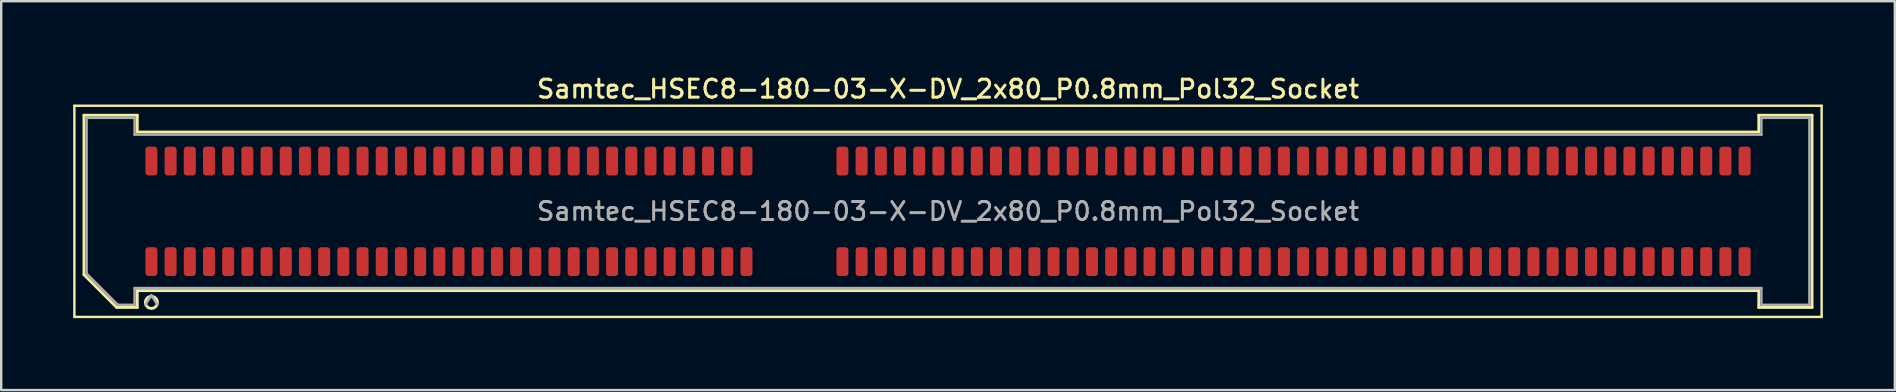
<source format=kicad_pcb>
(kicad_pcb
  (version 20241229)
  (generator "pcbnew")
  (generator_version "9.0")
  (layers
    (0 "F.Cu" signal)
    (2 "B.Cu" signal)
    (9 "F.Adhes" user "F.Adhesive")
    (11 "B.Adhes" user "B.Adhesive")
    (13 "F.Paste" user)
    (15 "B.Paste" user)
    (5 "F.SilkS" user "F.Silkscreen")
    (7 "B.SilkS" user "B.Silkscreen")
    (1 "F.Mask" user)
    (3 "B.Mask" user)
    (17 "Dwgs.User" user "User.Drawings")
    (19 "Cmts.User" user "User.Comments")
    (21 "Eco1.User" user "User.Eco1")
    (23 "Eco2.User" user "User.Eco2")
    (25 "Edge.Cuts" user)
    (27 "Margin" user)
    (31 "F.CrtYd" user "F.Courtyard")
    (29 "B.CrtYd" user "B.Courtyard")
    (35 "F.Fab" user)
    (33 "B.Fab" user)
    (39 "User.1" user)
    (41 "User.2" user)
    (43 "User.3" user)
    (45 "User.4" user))
  (footprint "Samtec_HSEC8-180-03-X-DV_2x80_P0.8mm_Pol32_Socket"
    (layer "F.Cu")
    (at 36.46 5.758)
    (property "Reference" "Samtec_HSEC8-180-03-X-DV_2x80_P0.8mm_Pol32_Socket" (at 0 -5.1 0) (layer "F.SilkS") (effects (font (size 0.75 0.75) (thickness 0.125))))
    (attr smd)
    (fp_line (start -36.41 -4.4) (end -36.41 4.4) (stroke (width 0.1) (type solid)) (layer "F.SilkS"))
    (fp_line (start -36.41 4.4) (end 36.41 4.4) (stroke (width 0.1) (type solid)) (layer "F.SilkS"))
    (fp_line (start -36.01 -4.005) (end -33.79 -4.005) (stroke (width 0.12) (type solid)) (layer "F.SilkS"))
    (fp_line (start -36.01 2.641) (end -36.01 -4.005) (stroke (width 0.12) (type solid)) (layer "F.SilkS"))
    (fp_line (start -34.646 4.005) (end -36.01 2.641) (stroke (width 0.12) (type solid)) (layer "F.SilkS"))
    (fp_line (start -33.79 -4.005) (end -33.79 -3.305) (stroke (width 0.12) (type solid)) (layer "F.SilkS"))
    (fp_line (start -33.79 -3.305) (end 33.79 -3.305) (stroke (width 0.12) (type solid)) (layer "F.SilkS"))
    (fp_line (start -33.79 3.305) (end -33.79 4.005) (stroke (width 0.12) (type solid)) (layer "F.SilkS"))
    (fp_line (start -33.79 4.005) (end -34.646 4.005) (stroke (width 0.12) (type solid)) (layer "F.SilkS"))
    (fp_line (start 33.79 -4.005) (end 36.01 -4.005) (stroke (width 0.12) (type solid)) (layer "F.SilkS"))
    (fp_line (start 33.79 -3.305) (end 33.79 -4.005) (stroke (width 0.12) (type solid)) (layer "F.SilkS"))
    (fp_line (start 33.79 3.305) (end -33.79 3.305) (stroke (width 0.12) (type solid)) (layer "F.SilkS"))
    (fp_line (start 33.79 4.005) (end 33.79 3.305) (stroke (width 0.12) (type solid)) (layer "F.SilkS"))
    (fp_line (start 36.01 -4.005) (end 36.01 4.005) (stroke (width 0.12) (type solid)) (layer "F.SilkS"))
    (fp_line (start 36.01 4.005) (end 33.79 4.005) (stroke (width 0.12) (type solid)) (layer "F.SilkS"))
    (fp_line (start 36.41 -4.4) (end -36.41 -4.4) (stroke (width 0.1) (type solid)) (layer "F.SilkS"))
    (fp_line (start 36.41 4.4) (end 36.41 -4.4) (stroke (width 0.1) (type solid)) (layer "F.SilkS"))
    (fp_arc (start -32.95 3.795) (mid -33.45 3.795) (end -32.95 3.795) (stroke (width 0.12) (type solid)) (layer "F.SilkS"))
    (fp_line (start -35.9 -3.895) (end -33.9 -3.895) (stroke (width 0.1) (type solid)) (layer "F.Fab"))
    (fp_line (start -35.9 2.595) (end -35.9 -3.895) (stroke (width 0.1) (type solid)) (layer "F.Fab"))
    (fp_line (start -34.6 3.895) (end -35.9 2.595) (stroke (width 0.1) (type solid)) (layer "F.Fab"))
    (fp_line (start -33.9 -3.895) (end -33.9 -3.195) (stroke (width 0.1) (type solid)) (layer "F.Fab"))
    (fp_line (start -33.9 -3.195) (end 33.9 -3.195) (stroke (width 0.1) (type solid)) (layer "F.Fab"))
    (fp_line (start -33.9 3.195) (end -33.9 3.895) (stroke (width 0.1) (type solid)) (layer "F.Fab"))
    (fp_line (start -33.9 3.895) (end -34.6 3.895) (stroke (width 0.1) (type solid)) (layer "F.Fab"))
    (fp_line (start -33.2 3.495) (end -33.45 3.895) (stroke (width 0.1) (type solid)) (layer "F.Fab"))
    (fp_line (start -33.2 3.495) (end -32.95 3.895) (stroke (width 0.1) (type solid)) (layer "F.Fab"))
    (fp_line (start 33.9 -3.895) (end 35.9 -3.895) (stroke (width 0.1) (type solid)) (layer "F.Fab"))
    (fp_line (start 33.9 -3.195) (end 33.9 -3.895) (stroke (width 0.1) (type solid)) (layer "F.Fab"))
    (fp_line (start 33.9 3.195) (end -33.9 3.195) (stroke (width 0.1) (type solid)) (layer "F.Fab"))
    (fp_line (start 33.9 3.895) (end 33.9 3.195) (stroke (width 0.1) (type solid)) (layer "F.Fab"))
    (fp_line (start 35.9 -3.895) (end 35.9 3.895) (stroke (width 0.1) (type solid)) (layer "F.Fab"))
    (fp_line (start 35.9 3.895) (end 33.9 3.895) (stroke (width 0.1) (type solid)) (layer "F.Fab"))
    (fp_text user "${REFERENCE}" (at 0 0 0) (layer "F.Fab") (effects (font (size 0.75 0.75) (thickness 0.125))))
    (pad "1" smd roundrect (at -33.2 2.095) (size 0.5 1.2) (layers "F.Cu" "F.Mask" "F.Paste") (roundrect_rratio 0.25))
    (pad "2" smd roundrect (at -33.2 -2.095) (size 0.5 1.2) (layers "F.Cu" "F.Mask" "F.Paste") (roundrect_rratio 0.25))
    (pad "3" smd roundrect (at -32.4 2.095) (size 0.5 1.2) (layers "F.Cu" "F.Mask" "F.Paste") (roundrect_rratio 0.25))
    (pad "4" smd roundrect (at -32.4 -2.095) (size 0.5 1.2) (layers "F.Cu" "F.Mask" "F.Paste") (roundrect_rratio 0.25))
    (pad "5" smd roundrect (at -31.6 2.095) (size 0.5 1.2) (layers "F.Cu" "F.Mask" "F.Paste") (roundrect_rratio 0.25))
    (pad "6" smd roundrect (at -31.6 -2.095) (size 0.5 1.2) (layers "F.Cu" "F.Mask" "F.Paste") (roundrect_rratio 0.25))
    (pad "7" smd roundrect (at -30.8 2.095) (size 0.5 1.2) (layers "F.Cu" "F.Mask" "F.Paste") (roundrect_rratio 0.25))
    (pad "8" smd roundrect (at -30.8 -2.095) (size 0.5 1.2) (layers "F.Cu" "F.Mask" "F.Paste") (roundrect_rratio 0.25))
    (pad "9" smd roundrect (at -30 2.095) (size 0.5 1.2) (layers "F.Cu" "F.Mask" "F.Paste") (roundrect_rratio 0.25))
    (pad "10" smd roundrect (at -30 -2.095) (size 0.5 1.2) (layers "F.Cu" "F.Mask" "F.Paste") (roundrect_rratio 0.25))
    (pad "11" smd roundrect (at -29.2 2.095) (size 0.5 1.2) (layers "F.Cu" "F.Mask" "F.Paste") (roundrect_rratio 0.25))
    (pad "12" smd roundrect (at -29.2 -2.095) (size 0.5 1.2) (layers "F.Cu" "F.Mask" "F.Paste") (roundrect_rratio 0.25))
    (pad "13" smd roundrect (at -28.4 2.095) (size 0.5 1.2) (layers "F.Cu" "F.Mask" "F.Paste") (roundrect_rratio 0.25))
    (pad "14" smd roundrect (at -28.4 -2.095) (size 0.5 1.2) (layers "F.Cu" "F.Mask" "F.Paste") (roundrect_rratio 0.25))
    (pad "15" smd roundrect (at -27.6 2.095) (size 0.5 1.2) (layers "F.Cu" "F.Mask" "F.Paste") (roundrect_rratio 0.25))
    (pad "16" smd roundrect (at -27.6 -2.095) (size 0.5 1.2) (layers "F.Cu" "F.Mask" "F.Paste") (roundrect_rratio 0.25))
    (pad "17" smd roundrect (at -26.8 2.095) (size 0.5 1.2) (layers "F.Cu" "F.Mask" "F.Paste") (roundrect_rratio 0.25))
    (pad "18" smd roundrect (at -26.8 -2.095) (size 0.5 1.2) (layers "F.Cu" "F.Mask" "F.Paste") (roundrect_rratio 0.25))
    (pad "19" smd roundrect (at -26 2.095) (size 0.5 1.2) (layers "F.Cu" "F.Mask" "F.Paste") (roundrect_rratio 0.25))
    (pad "20" smd roundrect (at -26 -2.095) (size 0.5 1.2) (layers "F.Cu" "F.Mask" "F.Paste") (roundrect_rratio 0.25))
    (pad "21" smd roundrect (at -25.2 2.095) (size 0.5 1.2) (layers "F.Cu" "F.Mask" "F.Paste") (roundrect_rratio 0.25))
    (pad "22" smd roundrect (at -25.2 -2.095) (size 0.5 1.2) (layers "F.Cu" "F.Mask" "F.Paste") (roundrect_rratio 0.25))
    (pad "23" smd roundrect (at -24.4 2.095) (size 0.5 1.2) (layers "F.Cu" "F.Mask" "F.Paste") (roundrect_rratio 0.25))
    (pad "24" smd roundrect (at -24.4 -2.095) (size 0.5 1.2) (layers "F.Cu" "F.Mask" "F.Paste") (roundrect_rratio 0.25))
    (pad "25" smd roundrect (at -23.6 2.095) (size 0.5 1.2) (layers "F.Cu" "F.Mask" "F.Paste") (roundrect_rratio 0.25))
    (pad "26" smd roundrect (at -23.6 -2.095) (size 0.5 1.2) (layers "F.Cu" "F.Mask" "F.Paste") (roundrect_rratio 0.25))
    (pad "27" smd roundrect (at -22.8 2.095) (size 0.5 1.2) (layers "F.Cu" "F.Mask" "F.Paste") (roundrect_rratio 0.25))
    (pad "28" smd roundrect (at -22.8 -2.095) (size 0.5 1.2) (layers "F.Cu" "F.Mask" "F.Paste") (roundrect_rratio 0.25))
    (pad "29" smd roundrect (at -22 2.095) (size 0.5 1.2) (layers "F.Cu" "F.Mask" "F.Paste") (roundrect_rratio 0.25))
    (pad "30" smd roundrect (at -22 -2.095) (size 0.5 1.2) (layers "F.Cu" "F.Mask" "F.Paste") (roundrect_rratio 0.25))
    (pad "31" smd roundrect (at -21.2 2.095) (size 0.5 1.2) (layers "F.Cu" "F.Mask" "F.Paste") (roundrect_rratio 0.25))
    (pad "32" smd roundrect (at -21.2 -2.095) (size 0.5 1.2) (layers "F.Cu" "F.Mask" "F.Paste") (roundrect_rratio 0.25))
    (pad "33" smd roundrect (at -20.4 2.095) (size 0.5 1.2) (layers "F.Cu" "F.Mask" "F.Paste") (roundrect_rratio 0.25))
    (pad "34" smd roundrect (at -20.4 -2.095) (size 0.5 1.2) (layers "F.Cu" "F.Mask" "F.Paste") (roundrect_rratio 0.25))
    (pad "35" smd roundrect (at -19.6 2.095) (size 0.5 1.2) (layers "F.Cu" "F.Mask" "F.Paste") (roundrect_rratio 0.25))
    (pad "36" smd roundrect (at -19.6 -2.095) (size 0.5 1.2) (layers "F.Cu" "F.Mask" "F.Paste") (roundrect_rratio 0.25))
    (pad "37" smd roundrect (at -18.8 2.095) (size 0.5 1.2) (layers "F.Cu" "F.Mask" "F.Paste") (roundrect_rratio 0.25))
    (pad "38" smd roundrect (at -18.8 -2.095) (size 0.5 1.2) (layers "F.Cu" "F.Mask" "F.Paste") (roundrect_rratio 0.25))
    (pad "39" smd roundrect (at -18 2.095) (size 0.5 1.2) (layers "F.Cu" "F.Mask" "F.Paste") (roundrect_rratio 0.25))
    (pad "40" smd roundrect (at -18 -2.095) (size 0.5 1.2) (layers "F.Cu" "F.Mask" "F.Paste") (roundrect_rratio 0.25))
    (pad "41" smd roundrect (at -17.2 2.095) (size 0.5 1.2) (layers "F.Cu" "F.Mask" "F.Paste") (roundrect_rratio 0.25))
    (pad "42" smd roundrect (at -17.2 -2.095) (size 0.5 1.2) (layers "F.Cu" "F.Mask" "F.Paste") (roundrect_rratio 0.25))
    (pad "43" smd roundrect (at -16.4 2.095) (size 0.5 1.2) (layers "F.Cu" "F.Mask" "F.Paste") (roundrect_rratio 0.25))
    (pad "44" smd roundrect (at -16.4 -2.095) (size 0.5 1.2) (layers "F.Cu" "F.Mask" "F.Paste") (roundrect_rratio 0.25))
    (pad "45" smd roundrect (at -15.6 2.095) (size 0.5 1.2) (layers "F.Cu" "F.Mask" "F.Paste") (roundrect_rratio 0.25))
    (pad "46" smd roundrect (at -15.6 -2.095) (size 0.5 1.2) (layers "F.Cu" "F.Mask" "F.Paste") (roundrect_rratio 0.25))
    (pad "47" smd roundrect (at -14.8 2.095) (size 0.5 1.2) (layers "F.Cu" "F.Mask" "F.Paste") (roundrect_rratio 0.25))
    (pad "48" smd roundrect (at -14.8 -2.095) (size 0.5 1.2) (layers "F.Cu" "F.Mask" "F.Paste") (roundrect_rratio 0.25))
    (pad "49" smd roundrect (at -14 2.095) (size 0.5 1.2) (layers "F.Cu" "F.Mask" "F.Paste") (roundrect_rratio 0.25))
    (pad "50" smd roundrect (at -14 -2.095) (size 0.5 1.2) (layers "F.Cu" "F.Mask" "F.Paste") (roundrect_rratio 0.25))
    (pad "51" smd roundrect (at -13.2 2.095) (size 0.5 1.2) (layers "F.Cu" "F.Mask" "F.Paste") (roundrect_rratio 0.25))
    (pad "52" smd roundrect (at -13.2 -2.095) (size 0.5 1.2) (layers "F.Cu" "F.Mask" "F.Paste") (roundrect_rratio 0.25))
    (pad "53" smd roundrect (at -12.4 2.095) (size 0.5 1.2) (layers "F.Cu" "F.Mask" "F.Paste") (roundrect_rratio 0.25))
    (pad "54" smd roundrect (at -12.4 -2.095) (size 0.5 1.2) (layers "F.Cu" "F.Mask" "F.Paste") (roundrect_rratio 0.25))
    (pad "55" smd roundrect (at -11.6 2.095) (size 0.5 1.2) (layers "F.Cu" "F.Mask" "F.Paste") (roundrect_rratio 0.25))
    (pad "56" smd roundrect (at -11.6 -2.095) (size 0.5 1.2) (layers "F.Cu" "F.Mask" "F.Paste") (roundrect_rratio 0.25))
    (pad "57" smd roundrect (at -10.8 2.095) (size 0.5 1.2) (layers "F.Cu" "F.Mask" "F.Paste") (roundrect_rratio 0.25))
    (pad "58" smd roundrect (at -10.8 -2.095) (size 0.5 1.2) (layers "F.Cu" "F.Mask" "F.Paste") (roundrect_rratio 0.25))
    (pad "59" smd roundrect (at -10 2.095) (size 0.5 1.2) (layers "F.Cu" "F.Mask" "F.Paste") (roundrect_rratio 0.25))
    (pad "60" smd roundrect (at -10 -2.095) (size 0.5 1.2) (layers "F.Cu" "F.Mask" "F.Paste") (roundrect_rratio 0.25))
    (pad "61" smd roundrect (at -9.2 2.095) (size 0.5 1.2) (layers "F.Cu" "F.Mask" "F.Paste") (roundrect_rratio 0.25))
    (pad "62" smd roundrect (at -9.2 -2.095) (size 0.5 1.2) (layers "F.Cu" "F.Mask" "F.Paste") (roundrect_rratio 0.25))
    (pad "63" smd roundrect (at -8.4 2.095) (size 0.5 1.2) (layers "F.Cu" "F.Mask" "F.Paste") (roundrect_rratio 0.25))
    (pad "64" smd roundrect (at -8.4 -2.095) (size 0.5 1.2) (layers "F.Cu" "F.Mask" "F.Paste") (roundrect_rratio 0.25))
    (pad "65" smd roundrect (at -4.4 2.095) (size 0.5 1.2) (layers "F.Cu" "F.Mask" "F.Paste") (roundrect_rratio 0.25))
    (pad "66" smd roundrect (at -4.4 -2.095) (size 0.5 1.2) (layers "F.Cu" "F.Mask" "F.Paste") (roundrect_rratio 0.25))
    (pad "67" smd roundrect (at -3.6 2.095) (size 0.5 1.2) (layers "F.Cu" "F.Mask" "F.Paste") (roundrect_rratio 0.25))
    (pad "68" smd roundrect (at -3.6 -2.095) (size 0.5 1.2) (layers "F.Cu" "F.Mask" "F.Paste") (roundrect_rratio 0.25))
    (pad "69" smd roundrect (at -2.8 2.095) (size 0.5 1.2) (layers "F.Cu" "F.Mask" "F.Paste") (roundrect_rratio 0.25))
    (pad "70" smd roundrect (at -2.8 -2.095) (size 0.5 1.2) (layers "F.Cu" "F.Mask" "F.Paste") (roundrect_rratio 0.25))
    (pad "71" smd roundrect (at -2 2.095) (size 0.5 1.2) (layers "F.Cu" "F.Mask" "F.Paste") (roundrect_rratio 0.25))
    (pad "72" smd roundrect (at -2 -2.095) (size 0.5 1.2) (layers "F.Cu" "F.Mask" "F.Paste") (roundrect_rratio 0.25))
    (pad "73" smd roundrect (at -1.2 2.095) (size 0.5 1.2) (layers "F.Cu" "F.Mask" "F.Paste") (roundrect_rratio 0.25))
    (pad "74" smd roundrect (at -1.2 -2.095) (size 0.5 1.2) (layers "F.Cu" "F.Mask" "F.Paste") (roundrect_rratio 0.25))
    (pad "75" smd roundrect (at -0.4 2.095) (size 0.5 1.2) (layers "F.Cu" "F.Mask" "F.Paste") (roundrect_rratio 0.25))
    (pad "76" smd roundrect (at -0.4 -2.095) (size 0.5 1.2) (layers "F.Cu" "F.Mask" "F.Paste") (roundrect_rratio 0.25))
    (pad "77" smd roundrect (at 0.4 2.095) (size 0.5 1.2) (layers "F.Cu" "F.Mask" "F.Paste") (roundrect_rratio 0.25))
    (pad "78" smd roundrect (at 0.4 -2.095) (size 0.5 1.2) (layers "F.Cu" "F.Mask" "F.Paste") (roundrect_rratio 0.25))
    (pad "79" smd roundrect (at 1.2 2.095) (size 0.5 1.2) (layers "F.Cu" "F.Mask" "F.Paste") (roundrect_rratio 0.25))
    (pad "80" smd roundrect (at 1.2 -2.095) (size 0.5 1.2) (layers "F.Cu" "F.Mask" "F.Paste") (roundrect_rratio 0.25))
    (pad "81" smd roundrect (at 2 2.095) (size 0.5 1.2) (layers "F.Cu" "F.Mask" "F.Paste") (roundrect_rratio 0.25))
    (pad "82" smd roundrect (at 2 -2.095) (size 0.5 1.2) (layers "F.Cu" "F.Mask" "F.Paste") (roundrect_rratio 0.25))
    (pad "83" smd roundrect (at 2.8 2.095) (size 0.5 1.2) (layers "F.Cu" "F.Mask" "F.Paste") (roundrect_rratio 0.25))
    (pad "84" smd roundrect (at 2.8 -2.095) (size 0.5 1.2) (layers "F.Cu" "F.Mask" "F.Paste") (roundrect_rratio 0.25))
    (pad "85" smd roundrect (at 3.6 2.095) (size 0.5 1.2) (layers "F.Cu" "F.Mask" "F.Paste") (roundrect_rratio 0.25))
    (pad "86" smd roundrect (at 3.6 -2.095) (size 0.5 1.2) (layers "F.Cu" "F.Mask" "F.Paste") (roundrect_rratio 0.25))
    (pad "87" smd roundrect (at 4.4 2.095) (size 0.5 1.2) (layers "F.Cu" "F.Mask" "F.Paste") (roundrect_rratio 0.25))
    (pad "88" smd roundrect (at 4.4 -2.095) (size 0.5 1.2) (layers "F.Cu" "F.Mask" "F.Paste") (roundrect_rratio 0.25))
    (pad "89" smd roundrect (at 5.2 2.095) (size 0.5 1.2) (layers "F.Cu" "F.Mask" "F.Paste") (roundrect_rratio 0.25))
    (pad "90" smd roundrect (at 5.2 -2.095) (size 0.5 1.2) (layers "F.Cu" "F.Mask" "F.Paste") (roundrect_rratio 0.25))
    (pad "91" smd roundrect (at 6 2.095) (size 0.5 1.2) (layers "F.Cu" "F.Mask" "F.Paste") (roundrect_rratio 0.25))
    (pad "92" smd roundrect (at 6 -2.095) (size 0.5 1.2) (layers "F.Cu" "F.Mask" "F.Paste") (roundrect_rratio 0.25))
    (pad "93" smd roundrect (at 6.8 2.095) (size 0.5 1.2) (layers "F.Cu" "F.Mask" "F.Paste") (roundrect_rratio 0.25))
    (pad "94" smd roundrect (at 6.8 -2.095) (size 0.5 1.2) (layers "F.Cu" "F.Mask" "F.Paste") (roundrect_rratio 0.25))
    (pad "95" smd roundrect (at 7.6 2.095) (size 0.5 1.2) (layers "F.Cu" "F.Mask" "F.Paste") (roundrect_rratio 0.25))
    (pad "96" smd roundrect (at 7.6 -2.095) (size 0.5 1.2) (layers "F.Cu" "F.Mask" "F.Paste") (roundrect_rratio 0.25))
    (pad "97" smd roundrect (at 8.4 2.095) (size 0.5 1.2) (layers "F.Cu" "F.Mask" "F.Paste") (roundrect_rratio 0.25))
    (pad "98" smd roundrect (at 8.4 -2.095) (size 0.5 1.2) (layers "F.Cu" "F.Mask" "F.Paste") (roundrect_rratio 0.25))
    (pad "99" smd roundrect (at 9.2 2.095) (size 0.5 1.2) (layers "F.Cu" "F.Mask" "F.Paste") (roundrect_rratio 0.25))
    (pad "100" smd roundrect (at 9.2 -2.095) (size 0.5 1.2) (layers "F.Cu" "F.Mask" "F.Paste") (roundrect_rratio 0.25))
    (pad "101" smd roundrect (at 10 2.095) (size 0.5 1.2) (layers "F.Cu" "F.Mask" "F.Paste") (roundrect_rratio 0.25))
    (pad "102" smd roundrect (at 10 -2.095) (size 0.5 1.2) (layers "F.Cu" "F.Mask" "F.Paste") (roundrect_rratio 0.25))
    (pad "103" smd roundrect (at 10.8 2.095) (size 0.5 1.2) (layers "F.Cu" "F.Mask" "F.Paste") (roundrect_rratio 0.25))
    (pad "104" smd roundrect (at 10.8 -2.095) (size 0.5 1.2) (layers "F.Cu" "F.Mask" "F.Paste") (roundrect_rratio 0.25))
    (pad "105" smd roundrect (at 11.6 2.095) (size 0.5 1.2) (layers "F.Cu" "F.Mask" "F.Paste") (roundrect_rratio 0.25))
    (pad "106" smd roundrect (at 11.6 -2.095) (size 0.5 1.2) (layers "F.Cu" "F.Mask" "F.Paste") (roundrect_rratio 0.25))
    (pad "107" smd roundrect (at 12.4 2.095) (size 0.5 1.2) (layers "F.Cu" "F.Mask" "F.Paste") (roundrect_rratio 0.25))
    (pad "108" smd roundrect (at 12.4 -2.095) (size 0.5 1.2) (layers "F.Cu" "F.Mask" "F.Paste") (roundrect_rratio 0.25))
    (pad "109" smd roundrect (at 13.2 2.095) (size 0.5 1.2) (layers "F.Cu" "F.Mask" "F.Paste") (roundrect_rratio 0.25))
    (pad "110" smd roundrect (at 13.2 -2.095) (size 0.5 1.2) (layers "F.Cu" "F.Mask" "F.Paste") (roundrect_rratio 0.25))
    (pad "111" smd roundrect (at 14 2.095) (size 0.5 1.2) (layers "F.Cu" "F.Mask" "F.Paste") (roundrect_rratio 0.25))
    (pad "112" smd roundrect (at 14 -2.095) (size 0.5 1.2) (layers "F.Cu" "F.Mask" "F.Paste") (roundrect_rratio 0.25))
    (pad "113" smd roundrect (at 14.8 2.095) (size 0.5 1.2) (layers "F.Cu" "F.Mask" "F.Paste") (roundrect_rratio 0.25))
    (pad "114" smd roundrect (at 14.8 -2.095) (size 0.5 1.2) (layers "F.Cu" "F.Mask" "F.Paste") (roundrect_rratio 0.25))
    (pad "115" smd roundrect (at 15.6 2.095) (size 0.5 1.2) (layers "F.Cu" "F.Mask" "F.Paste") (roundrect_rratio 0.25))
    (pad "116" smd roundrect (at 15.6 -2.095) (size 0.5 1.2) (layers "F.Cu" "F.Mask" "F.Paste") (roundrect_rratio 0.25))
    (pad "117" smd roundrect (at 16.4 2.095) (size 0.5 1.2) (layers "F.Cu" "F.Mask" "F.Paste") (roundrect_rratio 0.25))
    (pad "118" smd roundrect (at 16.4 -2.095) (size 0.5 1.2) (layers "F.Cu" "F.Mask" "F.Paste") (roundrect_rratio 0.25))
    (pad "119" smd roundrect (at 17.2 2.095) (size 0.5 1.2) (layers "F.Cu" "F.Mask" "F.Paste") (roundrect_rratio 0.25))
    (pad "120" smd roundrect (at 17.2 -2.095) (size 0.5 1.2) (layers "F.Cu" "F.Mask" "F.Paste") (roundrect_rratio 0.25))
    (pad "121" smd roundrect (at 18 2.095) (size 0.5 1.2) (layers "F.Cu" "F.Mask" "F.Paste") (roundrect_rratio 0.25))
    (pad "122" smd roundrect (at 18 -2.095) (size 0.5 1.2) (layers "F.Cu" "F.Mask" "F.Paste") (roundrect_rratio 0.25))
    (pad "123" smd roundrect (at 18.8 2.095) (size 0.5 1.2) (layers "F.Cu" "F.Mask" "F.Paste") (roundrect_rratio 0.25))
    (pad "124" smd roundrect (at 18.8 -2.095) (size 0.5 1.2) (layers "F.Cu" "F.Mask" "F.Paste") (roundrect_rratio 0.25))
    (pad "125" smd roundrect (at 19.6 2.095) (size 0.5 1.2) (layers "F.Cu" "F.Mask" "F.Paste") (roundrect_rratio 0.25))
    (pad "126" smd roundrect (at 19.6 -2.095) (size 0.5 1.2) (layers "F.Cu" "F.Mask" "F.Paste") (roundrect_rratio 0.25))
    (pad "127" smd roundrect (at 20.4 2.095) (size 0.5 1.2) (layers "F.Cu" "F.Mask" "F.Paste") (roundrect_rratio 0.25))
    (pad "128" smd roundrect (at 20.4 -2.095) (size 0.5 1.2) (layers "F.Cu" "F.Mask" "F.Paste") (roundrect_rratio 0.25))
    (pad "129" smd roundrect (at 21.2 2.095) (size 0.5 1.2) (layers "F.Cu" "F.Mask" "F.Paste") (roundrect_rratio 0.25))
    (pad "130" smd roundrect (at 21.2 -2.095) (size 0.5 1.2) (layers "F.Cu" "F.Mask" "F.Paste") (roundrect_rratio 0.25))
    (pad "131" smd roundrect (at 22 2.095) (size 0.5 1.2) (layers "F.Cu" "F.Mask" "F.Paste") (roundrect_rratio 0.25))
    (pad "132" smd roundrect (at 22 -2.095) (size 0.5 1.2) (layers "F.Cu" "F.Mask" "F.Paste") (roundrect_rratio 0.25))
    (pad "133" smd roundrect (at 22.8 2.095) (size 0.5 1.2) (layers "F.Cu" "F.Mask" "F.Paste") (roundrect_rratio 0.25))
    (pad "134" smd roundrect (at 22.8 -2.095) (size 0.5 1.2) (layers "F.Cu" "F.Mask" "F.Paste") (roundrect_rratio 0.25))
    (pad "135" smd roundrect (at 23.6 2.095) (size 0.5 1.2) (layers "F.Cu" "F.Mask" "F.Paste") (roundrect_rratio 0.25))
    (pad "136" smd roundrect (at 23.6 -2.095) (size 0.5 1.2) (layers "F.Cu" "F.Mask" "F.Paste") (roundrect_rratio 0.25))
    (pad "137" smd roundrect (at 24.4 2.095) (size 0.5 1.2) (layers "F.Cu" "F.Mask" "F.Paste") (roundrect_rratio 0.25))
    (pad "138" smd roundrect (at 24.4 -2.095) (size 0.5 1.2) (layers "F.Cu" "F.Mask" "F.Paste") (roundrect_rratio 0.25))
    (pad "139" smd roundrect (at 25.2 2.095) (size 0.5 1.2) (layers "F.Cu" "F.Mask" "F.Paste") (roundrect_rratio 0.25))
    (pad "140" smd roundrect (at 25.2 -2.095) (size 0.5 1.2) (layers "F.Cu" "F.Mask" "F.Paste") (roundrect_rratio 0.25))
    (pad "141" smd roundrect (at 26 2.095) (size 0.5 1.2) (layers "F.Cu" "F.Mask" "F.Paste") (roundrect_rratio 0.25))
    (pad "142" smd roundrect (at 26 -2.095) (size 0.5 1.2) (layers "F.Cu" "F.Mask" "F.Paste") (roundrect_rratio 0.25))
    (pad "143" smd roundrect (at 26.8 2.095) (size 0.5 1.2) (layers "F.Cu" "F.Mask" "F.Paste") (roundrect_rratio 0.25))
    (pad "144" smd roundrect (at 26.8 -2.095) (size 0.5 1.2) (layers "F.Cu" "F.Mask" "F.Paste") (roundrect_rratio 0.25))
    (pad "145" smd roundrect (at 27.6 2.095) (size 0.5 1.2) (layers "F.Cu" "F.Mask" "F.Paste") (roundrect_rratio 0.25))
    (pad "146" smd roundrect (at 27.6 -2.095) (size 0.5 1.2) (layers "F.Cu" "F.Mask" "F.Paste") (roundrect_rratio 0.25))
    (pad "147" smd roundrect (at 28.4 2.095) (size 0.5 1.2) (layers "F.Cu" "F.Mask" "F.Paste") (roundrect_rratio 0.25))
    (pad "148" smd roundrect (at 28.4 -2.095) (size 0.5 1.2) (layers "F.Cu" "F.Mask" "F.Paste") (roundrect_rratio 0.25))
    (pad "149" smd roundrect (at 29.2 2.095) (size 0.5 1.2) (layers "F.Cu" "F.Mask" "F.Paste") (roundrect_rratio 0.25))
    (pad "150" smd roundrect (at 29.2 -2.095) (size 0.5 1.2) (layers "F.Cu" "F.Mask" "F.Paste") (roundrect_rratio 0.25))
    (pad "151" smd roundrect (at 30 2.095) (size 0.5 1.2) (layers "F.Cu" "F.Mask" "F.Paste") (roundrect_rratio 0.25))
    (pad "152" smd roundrect (at 30 -2.095) (size 0.5 1.2) (layers "F.Cu" "F.Mask" "F.Paste") (roundrect_rratio 0.25))
    (pad "153" smd roundrect (at 30.8 2.095) (size 0.5 1.2) (layers "F.Cu" "F.Mask" "F.Paste") (roundrect_rratio 0.25))
    (pad "154" smd roundrect (at 30.8 -2.095) (size 0.5 1.2) (layers "F.Cu" "F.Mask" "F.Paste") (roundrect_rratio 0.25))
    (pad "155" smd roundrect (at 31.6 2.095) (size 0.5 1.2) (layers "F.Cu" "F.Mask" "F.Paste") (roundrect_rratio 0.25))
    (pad "156" smd roundrect (at 31.6 -2.095) (size 0.5 1.2) (layers "F.Cu" "F.Mask" "F.Paste") (roundrect_rratio 0.25))
    (pad "157" smd roundrect (at 32.4 2.095) (size 0.5 1.2) (layers "F.Cu" "F.Mask" "F.Paste") (roundrect_rratio 0.25))
    (pad "158" smd roundrect (at 32.4 -2.095) (size 0.5 1.2) (layers "F.Cu" "F.Mask" "F.Paste") (roundrect_rratio 0.25))
    (pad "159" smd roundrect (at 33.2 2.095) (size 0.5 1.2) (layers "F.Cu" "F.Mask" "F.Paste") (roundrect_rratio 0.25))
    (pad "160" smd roundrect (at 33.2 -2.095) (size 0.5 1.2) (layers "F.Cu" "F.Mask" "F.Paste") (roundrect_rratio 0.25)))
  (gr_rect
    (start -3 -3)
    (end 75.92 13.208)
    (stroke (width 0.1) (type default))
    (fill no)
    (layer "Edge.Cuts")))
</source>
